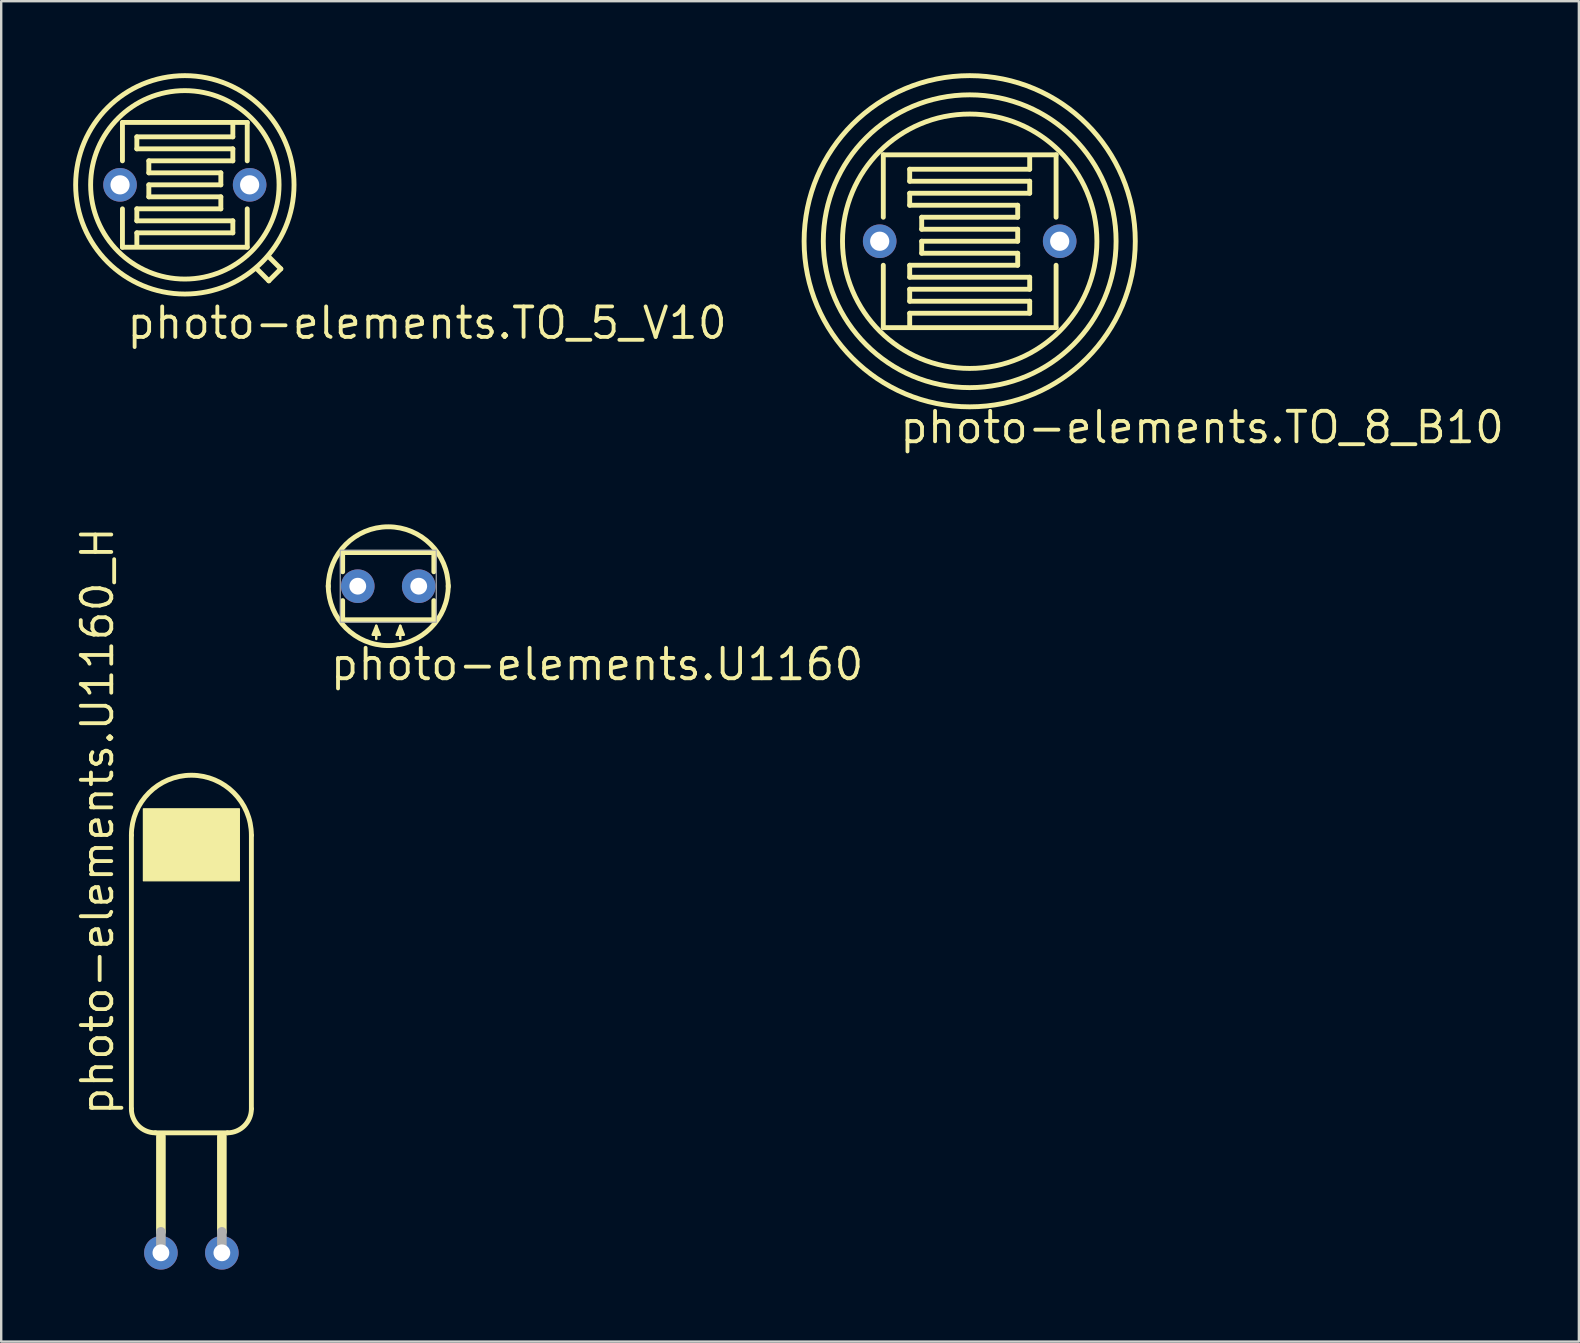
<source format=kicad_pcb>
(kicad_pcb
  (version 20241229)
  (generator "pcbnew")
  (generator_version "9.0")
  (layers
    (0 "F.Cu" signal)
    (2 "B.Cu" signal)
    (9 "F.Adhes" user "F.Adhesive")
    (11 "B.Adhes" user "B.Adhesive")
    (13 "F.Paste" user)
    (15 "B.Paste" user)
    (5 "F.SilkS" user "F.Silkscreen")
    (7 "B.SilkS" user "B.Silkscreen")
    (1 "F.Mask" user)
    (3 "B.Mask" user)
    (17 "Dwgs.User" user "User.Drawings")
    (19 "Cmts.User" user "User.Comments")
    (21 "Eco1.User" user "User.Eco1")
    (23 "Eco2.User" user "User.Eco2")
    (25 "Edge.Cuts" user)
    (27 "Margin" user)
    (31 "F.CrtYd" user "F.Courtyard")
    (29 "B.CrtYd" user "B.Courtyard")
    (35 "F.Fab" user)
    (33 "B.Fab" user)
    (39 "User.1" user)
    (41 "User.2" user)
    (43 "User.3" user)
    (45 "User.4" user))
  (footprint "photo-elements.TO_8_B10"
    (layer "F.Cu")
    (at 37.356 7.002)
    (property "Reference" "photo-elements.TO_8_B10" (at -3 8.5 0) (layer "F.SilkS") (effects (font (size 1.27 1.27) (thickness 0.16)) (justify left bottom)))
    (attr through_hole)
    (fp_line (start -3.6 -3.6) (end 3.6 -3.6) (stroke (width 0.203) (type default)) (layer "F.SilkS"))
    (fp_line (start -3.6 -1) (end -3.6 -3.6) (stroke (width 0.203) (type default)) (layer "F.SilkS"))
    (fp_line (start -3.6 3.6) (end -3.6 1) (stroke (width 0.203) (type default)) (layer "F.SilkS"))
    (fp_line (start -2.5 -3) (end -2.5 -2.5) (stroke (width 0.203) (type default)) (layer "F.SilkS"))
    (fp_line (start -2.5 -2.5) (end 2.5 -2.5) (stroke (width 0.203) (type default)) (layer "F.SilkS"))
    (fp_line (start -2.5 -2) (end -2.5 -1.5) (stroke (width 0.203) (type default)) (layer "F.SilkS"))
    (fp_line (start -2.5 -1.5) (end 2 -1.5) (stroke (width 0.203) (type default)) (layer "F.SilkS"))
    (fp_line (start -2.5 1) (end -2.5 1.5) (stroke (width 0.203) (type default)) (layer "F.SilkS"))
    (fp_line (start -2.5 1.5) (end 2.5 1.5) (stroke (width 0.203) (type default)) (layer "F.SilkS"))
    (fp_line (start -2.5 2) (end -2.5 2.5) (stroke (width 0.203) (type default)) (layer "F.SilkS"))
    (fp_line (start -2.5 2.5) (end 2.5 2.5) (stroke (width 0.203) (type default)) (layer "F.SilkS"))
    (fp_line (start -2.5 3) (end -2.5 3.5) (stroke (width 0.203) (type default)) (layer "F.SilkS"))
    (fp_line (start -2 -1) (end -2 -0.5) (stroke (width 0.203) (type default)) (layer "F.SilkS"))
    (fp_line (start -2 -0.5) (end 2 -0.5) (stroke (width 0.203) (type default)) (layer "F.SilkS"))
    (fp_line (start -2 0) (end -2 0.5) (stroke (width 0.203) (type default)) (layer "F.SilkS"))
    (fp_line (start -2 0.5) (end 2 0.5) (stroke (width 0.203) (type default)) (layer "F.SilkS"))
    (fp_line (start 2 -1.5) (end 2 -1) (stroke (width 0.203) (type default)) (layer "F.SilkS"))
    (fp_line (start 2 -1) (end -2 -1) (stroke (width 0.203) (type default)) (layer "F.SilkS"))
    (fp_line (start 2 -0.5) (end 2 0) (stroke (width 0.203) (type default)) (layer "F.SilkS"))
    (fp_line (start 2 0) (end -2 0) (stroke (width 0.203) (type default)) (layer "F.SilkS"))
    (fp_line (start 2 0.5) (end 2 1) (stroke (width 0.203) (type default)) (layer "F.SilkS"))
    (fp_line (start 2 1) (end -2.5 1) (stroke (width 0.203) (type default)) (layer "F.SilkS"))
    (fp_line (start 2.5 -3.5) (end 2.5 -3) (stroke (width 0.203) (type default)) (layer "F.SilkS"))
    (fp_line (start 2.5 -3) (end -2.5 -3) (stroke (width 0.203) (type default)) (layer "F.SilkS"))
    (fp_line (start 2.5 -2.5) (end 2.5 -2) (stroke (width 0.203) (type default)) (layer "F.SilkS"))
    (fp_line (start 2.5 -2) (end -2.5 -2) (stroke (width 0.203) (type default)) (layer "F.SilkS"))
    (fp_line (start 2.5 1.5) (end 2.5 2) (stroke (width 0.203) (type default)) (layer "F.SilkS"))
    (fp_line (start 2.5 2) (end -2.5 2) (stroke (width 0.203) (type default)) (layer "F.SilkS"))
    (fp_line (start 2.5 2.5) (end 2.5 3) (stroke (width 0.203) (type default)) (layer "F.SilkS"))
    (fp_line (start 2.5 3) (end -2.5 3) (stroke (width 0.203) (type default)) (layer "F.SilkS"))
    (fp_line (start 3.6 -3.6) (end 3.6 -1) (stroke (width 0.203) (type default)) (layer "F.SilkS"))
    (fp_line (start 3.6 1) (end 3.6 3.6) (stroke (width 0.203) (type default)) (layer "F.SilkS"))
    (fp_line (start 3.6 3.6) (end -3.6 3.6) (stroke (width 0.203) (type default)) (layer "F.SilkS"))
    (fp_circle (center 0 0) (end 5.3 0) (stroke (width 0.203) (type default)) (fill no) (layer "F.SilkS"))
    (fp_circle (center 0 0) (end 6.1 0) (stroke (width 0.203) (type default)) (fill no) (layer "F.SilkS"))
    (fp_circle (center 0 0) (end 6.9 0) (stroke (width 0.203) (type default)) (fill no) (layer "F.SilkS"))
    (pad "1" thru_hole circle (at -3.75 0) (size 1.4 1.4) (drill 0.8) (layers "*.Cu" "*.Mask"))
    (pad "2" thru_hole circle (at 3.75 0) (size 1.4 1.4) (drill 0.8) (layers "*.Cu" "*.Mask")))
  (footprint "photo-elements.TO_5_V10"
    (layer "F.Cu")
    (at 4.652 4.652)
    (property "Reference" "photo-elements.TO_5_V10" (at -2.5 6.5 0) (layer "F.SilkS") (effects (font (size 1.27 1.27) (thickness 0.16)) (justify left bottom)))
    (attr through_hole)
    (fp_line (start -2.6 -2.6) (end 2.6 -2.6) (stroke (width 0.203) (type default)) (layer "F.SilkS"))
    (fp_line (start -2.6 -1) (end -2.6 -2.6) (stroke (width 0.203) (type default)) (layer "F.SilkS"))
    (fp_line (start -2.6 2.6) (end -2.6 1) (stroke (width 0.203) (type default)) (layer "F.SilkS"))
    (fp_line (start -2 -2) (end -2 -1.5) (stroke (width 0.203) (type default)) (layer "F.SilkS"))
    (fp_line (start -2 -1.5) (end 2 -1.5) (stroke (width 0.203) (type default)) (layer "F.SilkS"))
    (fp_line (start -2 1) (end -2 1.5) (stroke (width 0.203) (type default)) (layer "F.SilkS"))
    (fp_line (start -2 1.5) (end 2 1.5) (stroke (width 0.203) (type default)) (layer "F.SilkS"))
    (fp_line (start -2 2) (end -2 2.5) (stroke (width 0.203) (type default)) (layer "F.SilkS"))
    (fp_line (start -1.5 -1) (end -1.5 -0.5) (stroke (width 0.203) (type default)) (layer "F.SilkS"))
    (fp_line (start -1.5 -0.5) (end 1.5 -0.5) (stroke (width 0.203) (type default)) (layer "F.SilkS"))
    (fp_line (start -1.5 0) (end -1.5 0.5) (stroke (width 0.203) (type default)) (layer "F.SilkS"))
    (fp_line (start -1.5 0.5) (end 1.5 0.5) (stroke (width 0.203) (type default)) (layer "F.SilkS"))
    (fp_line (start 1.5 -0.5) (end 1.5 0) (stroke (width 0.203) (type default)) (layer "F.SilkS"))
    (fp_line (start 1.5 0) (end -1.5 0) (stroke (width 0.203) (type default)) (layer "F.SilkS"))
    (fp_line (start 1.5 0.5) (end 1.5 1) (stroke (width 0.203) (type default)) (layer "F.SilkS"))
    (fp_line (start 1.5 1) (end -2 1) (stroke (width 0.203) (type default)) (layer "F.SilkS"))
    (fp_line (start 2 -2.5) (end 2 -2) (stroke (width 0.203) (type default)) (layer "F.SilkS"))
    (fp_line (start 2 -2) (end -2 -2) (stroke (width 0.203) (type default)) (layer "F.SilkS"))
    (fp_line (start 2 -1.5) (end 2 -1) (stroke (width 0.203) (type default)) (layer "F.SilkS"))
    (fp_line (start 2 -1) (end -1.5 -1) (stroke (width 0.203) (type default)) (layer "F.SilkS"))
    (fp_line (start 2 1.5) (end 2 2) (stroke (width 0.203) (type default)) (layer "F.SilkS"))
    (fp_line (start 2 2) (end -2 2) (stroke (width 0.203) (type default)) (layer "F.SilkS"))
    (fp_line (start 2.6 -2.6) (end 2.6 -1) (stroke (width 0.203) (type default)) (layer "F.SilkS"))
    (fp_line (start 2.6 1) (end 2.6 2.6) (stroke (width 0.203) (type default)) (layer "F.SilkS"))
    (fp_line (start 2.6 2.6) (end -2.6 2.6) (stroke (width 0.203) (type default)) (layer "F.SilkS"))
    (fp_line (start 3.5 3) (end 4 3.5) (stroke (width 0.203) (type default)) (layer "F.SilkS"))
    (fp_line (start 3.5 4) (end 3 3.5) (stroke (width 0.203) (type default)) (layer "F.SilkS"))
    (fp_line (start 4 3.5) (end 3.5 4) (stroke (width 0.203) (type default)) (layer "F.SilkS"))
    (fp_circle (center 0 0) (end 3.926 0) (stroke (width 0.203) (type default)) (fill no) (layer "F.SilkS"))
    (fp_circle (center 0 0) (end 4.55 0) (stroke (width 0.203) (type default)) (fill no) (layer "F.SilkS"))
    (pad "1" thru_hole circle (at -2.7 0) (size 1.4 1.4) (drill 0.8) (layers "*.Cu" "*.Mask"))
    (pad "2" thru_hole circle (at 2.7 0) (size 1.4 1.4) (drill 0.8) (layers "*.Cu" "*.Mask")))
  (footprint "photo-elements.U1160_H"
    (layer "F.Cu")
    (at 4.925 44.153)
    (property "Reference" "photo-elements.U1160_H" (at -3.175 -0.635 90) (layer "F.SilkS") (effects (font (size 1.27 1.27) (thickness 0.16)) (justify left bottom)))
    (attr through_hole)
    (fp_line (start -2.5 -1) (end -2.5 -12.4) (stroke (width 0.203) (type default)) (layer "F.SilkS"))
    (fp_line (start -1.27 4.125) (end -1.27 0.15) (stroke (width 0.4) (type default)) (layer "F.SilkS"))
    (fp_line (start 1.27 4.125) (end 1.27 0.15) (stroke (width 0.4) (type default)) (layer "F.SilkS"))
    (fp_line (start 1.5 0) (end -1.5 0) (stroke (width 0.203) (type default)) (layer "F.SilkS"))
    (fp_line (start 2.5 -12.4) (end 2.5 -1) (stroke (width 0.203) (type default)) (layer "F.SilkS"))
    (fp_rect (start -2 -10.5) (end 2 -13.5) (stroke (width 0.05) (type default)) (fill yes) (layer "F.SilkS"))
    (fp_arc (start -2.5 -12.4) (mid 0 -14.9) (end 2.5 -12.4) (stroke (width 0.2032) (type default)) (layer "F.SilkS"))
    (fp_arc (start -1.5 0) (mid -2.207107 -0.292893) (end -2.5 -1) (stroke (width 0.2032) (type default)) (layer "F.SilkS"))
    (fp_arc (start 2.5 -1) (mid 2.207107 -0.292893) (end 1.5 0) (stroke (width 0.2032) (type default)) (layer "F.SilkS"))
    (fp_line (start -1.27 5) (end -1.27 4.125) (stroke (width 0.4) (type default)) (layer "F.Fab"))
    (fp_line (start 1.27 5) (end 1.27 4.125) (stroke (width 0.4) (type default)) (layer "F.Fab"))
    (pad "1" thru_hole circle (at -1.27 5) (size 1.4 1.4) (drill 0.7) (layers "*.Cu" "*.Mask"))
    (pad "2" thru_hole circle (at 1.27 5) (size 1.4 1.4) (drill 0.7) (layers "*.Cu" "*.Mask")))
  (footprint "photo-elements.U1160"
    (layer "F.Cu")
    (at 13.128 21.376)
    (property "Reference" "photo-elements.U1160" (at -2.5 4 0) (layer "F.SilkS") (effects (font (size 1.27 1.27) (thickness 0.16)) (justify left bottom)))
    (attr through_hole)
    (fp_line (start -1.9 -1.4) (end 1.9 -1.4) (stroke (width 0.203) (type default)) (layer "F.SilkS"))
    (fp_line (start -1.9 -0.6) (end -1.9 -1.4) (stroke (width 0.203) (type default)) (layer "F.SilkS"))
    (fp_line (start -1.9 1.4) (end -1.9 0.6) (stroke (width 0.203) (type default)) (layer "F.SilkS"))
    (fp_line (start -0.5 2.2) (end -0.5 1.65) (stroke (width 0.102) (type default)) (layer "F.SilkS"))
    (fp_line (start 0.5 2.2) (end 0.5 1.65) (stroke (width 0.102) (type default)) (layer "F.SilkS"))
    (fp_line (start 1.9 -1.4) (end 1.9 -0.6) (stroke (width 0.203) (type default)) (layer "F.SilkS"))
    (fp_line (start 1.9 0.6) (end 1.9 1.4) (stroke (width 0.203) (type default)) (layer "F.SilkS"))
    (fp_line (start 1.9 1.4) (end -1.9 1.4) (stroke (width 0.203) (type default)) (layer "F.SilkS"))
    (fp_arc (start -2.5 0.025) (mid 0 -2.475) (end 2.5 0.025) (stroke (width 0.2032) (type default)) (layer "F.SilkS"))
    (fp_arc (start 2.5 -0.025) (mid 0 2.475) (end -2.5 -0.025) (stroke (width 0.2032) (type default)) (layer "F.SilkS"))
    (fp_poly (pts (xy -0.5 1.65) (xy -0.65 2.025) (xy -0.35 2.025)) (stroke (width 0.102) (type default)) (fill yes) (layer "F.SilkS"))
    (fp_poly (pts (xy 0.5 1.65) (xy 0.35 2.025) (xy 0.65 2.025)) (stroke (width 0.102) (type default)) (fill yes) (layer "F.SilkS"))
    (fp_rect (start -2 1.5) (end 2 -1.5) (stroke (width 0.05) (type default)) (fill no) (layer "F.Fab"))
    (pad "1" thru_hole circle (at -1.27 0) (size 1.4 1.4) (drill 0.7) (layers "*.Cu" "*.Mask"))
    (pad "2" thru_hole circle (at 1.27 0) (size 1.4 1.4) (drill 0.7) (layers "*.Cu" "*.Mask")))
  (gr_rect
    (start -3 -3)
    (end 62.74 52.853)
    (stroke (width 0.1) (type default))
    (fill no)
    (layer "Edge.Cuts")))
</source>
